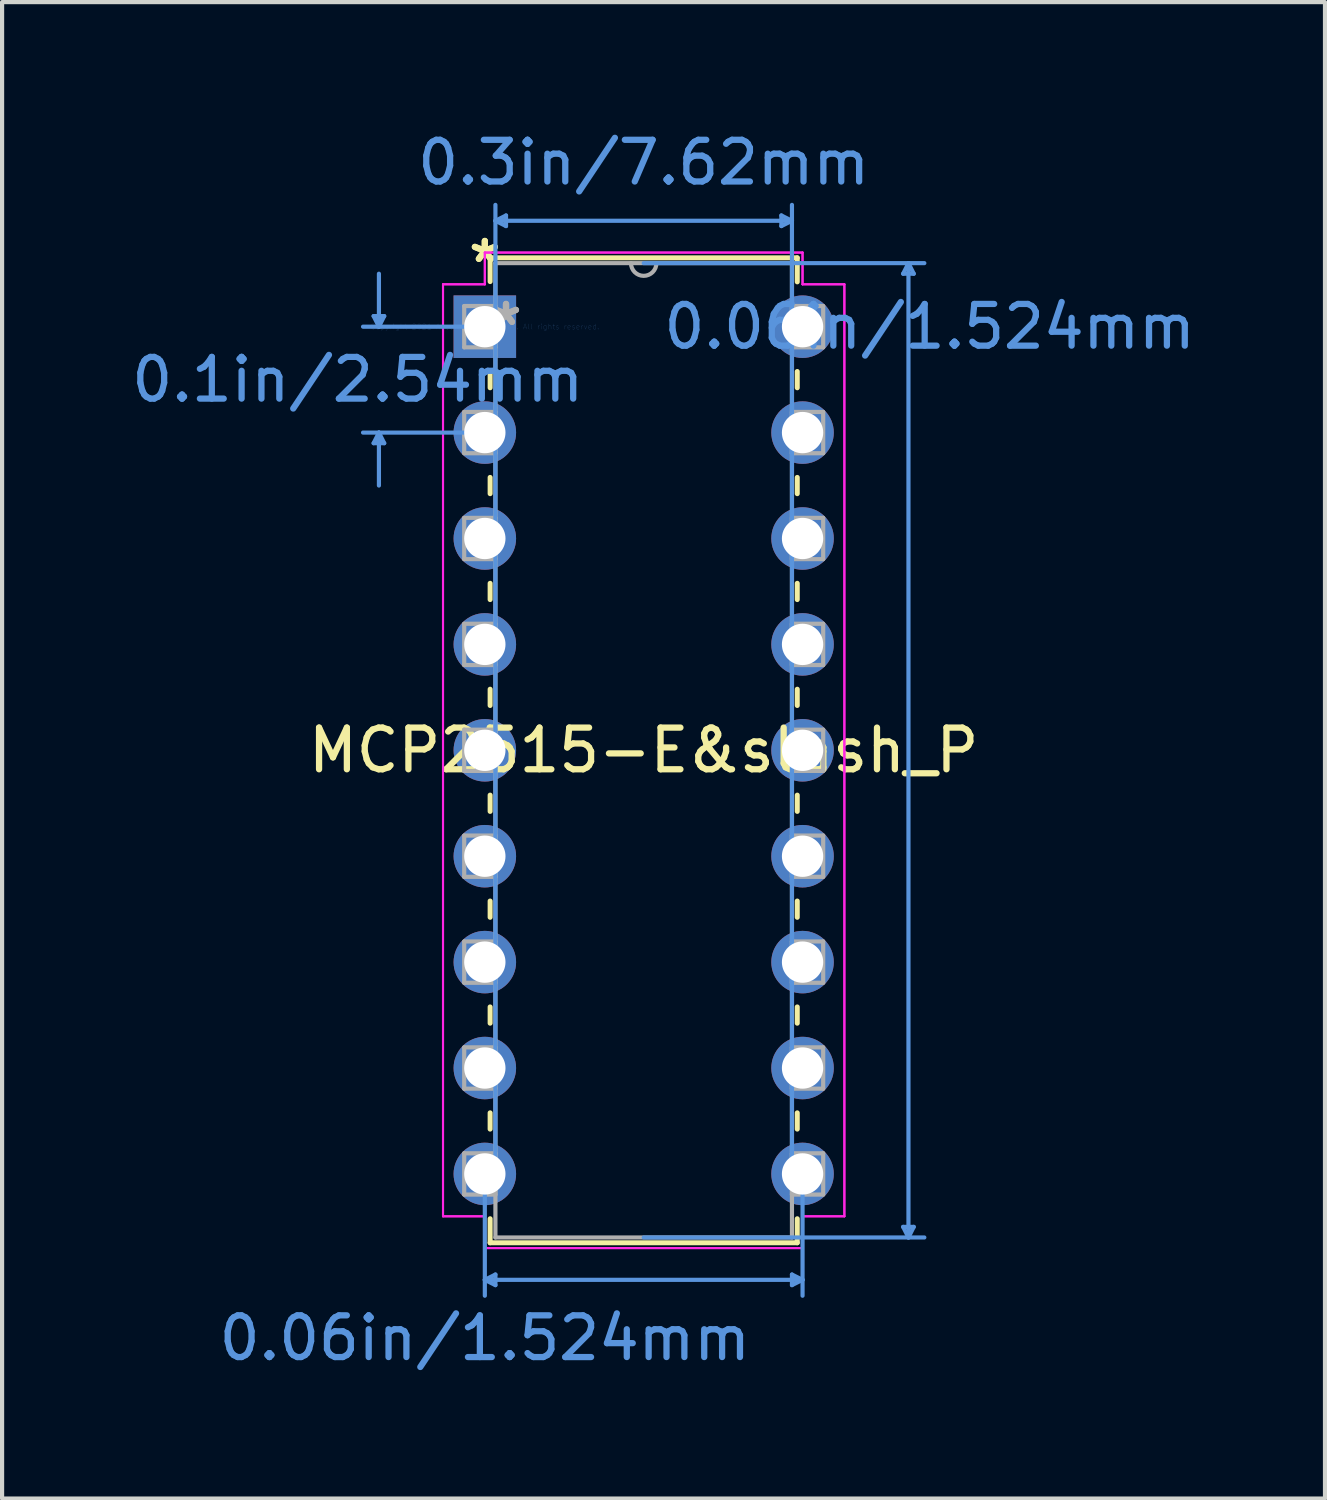
<source format=kicad_pcb>
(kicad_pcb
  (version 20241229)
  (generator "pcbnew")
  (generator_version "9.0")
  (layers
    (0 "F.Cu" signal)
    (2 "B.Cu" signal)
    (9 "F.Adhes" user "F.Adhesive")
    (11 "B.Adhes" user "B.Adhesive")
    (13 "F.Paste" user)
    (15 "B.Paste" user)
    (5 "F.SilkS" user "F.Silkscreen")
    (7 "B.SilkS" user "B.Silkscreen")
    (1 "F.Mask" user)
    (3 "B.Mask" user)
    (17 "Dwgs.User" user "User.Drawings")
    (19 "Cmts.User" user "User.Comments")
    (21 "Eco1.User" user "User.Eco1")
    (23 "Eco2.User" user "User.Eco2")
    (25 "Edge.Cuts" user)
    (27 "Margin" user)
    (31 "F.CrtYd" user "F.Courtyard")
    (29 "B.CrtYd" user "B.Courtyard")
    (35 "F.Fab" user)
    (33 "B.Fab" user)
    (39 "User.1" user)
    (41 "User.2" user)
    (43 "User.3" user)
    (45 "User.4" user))
  (footprint "MCP2515-E&slash_P"
    (layer "F.Cu")
    (at 8.578 4.785)
    (property "Reference" "MCP2515-E&slash_P" (at 3.81 10.16 0) (layer "F.SilkS") (effects (font (size 1 1) (thickness 0.15))))
    (attr through_hole)
    (fp_line (start 0.127 -1.651) (end 0.127 -1.082) (stroke (width 0.12) (type solid)) (layer "F.SilkS"))
    (fp_line (start 0.127 1.082) (end 0.127 1.465) (stroke (width 0.12) (type solid)) (layer "F.SilkS"))
    (fp_line (start 0.127 3.615) (end 0.127 4.005) (stroke (width 0.12) (type solid)) (layer "F.SilkS"))
    (fp_line (start 0.127 6.155) (end 0.127 6.545) (stroke (width 0.12) (type solid)) (layer "F.SilkS"))
    (fp_line (start 0.127 8.695) (end 0.127 9.085) (stroke (width 0.12) (type solid)) (layer "F.SilkS"))
    (fp_line (start 0.127 11.235) (end 0.127 11.625) (stroke (width 0.12) (type solid)) (layer "F.SilkS"))
    (fp_line (start 0.127 13.775) (end 0.127 14.165) (stroke (width 0.12) (type solid)) (layer "F.SilkS"))
    (fp_line (start 0.127 16.315) (end 0.127 16.705) (stroke (width 0.12) (type solid)) (layer "F.SilkS"))
    (fp_line (start 0.127 18.855) (end 0.127 19.245) (stroke (width 0.12) (type solid)) (layer "F.SilkS"))
    (fp_line (start 0.127 21.395) (end 0.127 21.971) (stroke (width 0.12) (type solid)) (layer "F.SilkS"))
    (fp_line (start 0.127 21.971) (end 7.493 21.971) (stroke (width 0.12) (type solid)) (layer "F.SilkS"))
    (fp_line (start 7.493 -1.651) (end 0.127 -1.651) (stroke (width 0.12) (type solid)) (layer "F.SilkS"))
    (fp_line (start 7.493 -1.075) (end 7.493 -1.651) (stroke (width 0.12) (type solid)) (layer "F.SilkS"))
    (fp_line (start 7.493 1.465) (end 7.493 1.075) (stroke (width 0.12) (type solid)) (layer "F.SilkS"))
    (fp_line (start 7.493 4.005) (end 7.493 3.615) (stroke (width 0.12) (type solid)) (layer "F.SilkS"))
    (fp_line (start 7.493 6.545) (end 7.493 6.155) (stroke (width 0.12) (type solid)) (layer "F.SilkS"))
    (fp_line (start 7.493 9.085) (end 7.493 8.695) (stroke (width 0.12) (type solid)) (layer "F.SilkS"))
    (fp_line (start 7.493 11.625) (end 7.493 11.235) (stroke (width 0.12) (type solid)) (layer "F.SilkS"))
    (fp_line (start 7.493 14.165) (end 7.493 13.775) (stroke (width 0.12) (type solid)) (layer "F.SilkS"))
    (fp_line (start 7.493 16.705) (end 7.493 16.315) (stroke (width 0.12) (type solid)) (layer "F.SilkS"))
    (fp_line (start 7.493 19.245) (end 7.493 18.855) (stroke (width 0.12) (type solid)) (layer "F.SilkS"))
    (fp_line (start 7.493 21.971) (end 7.493 21.395) (stroke (width 0.12) (type solid)) (layer "F.SilkS"))
    (fp_line (start -2.667 -0.254) (end -2.413 -0.254) (stroke (width 0.1) (type solid)) (layer "Cmts.User"))
    (fp_line (start -2.667 2.794) (end -2.413 2.794) (stroke (width 0.1) (type solid)) (layer "Cmts.User"))
    (fp_line (start -2.54 0) (end -2.667 -0.254) (stroke (width 0.1) (type solid)) (layer "Cmts.User"))
    (fp_line (start -2.54 0) (end -2.54 -1.27) (stroke (width 0.1) (type solid)) (layer "Cmts.User"))
    (fp_line (start -2.54 0) (end -2.413 -0.254) (stroke (width 0.1) (type solid)) (layer "Cmts.User"))
    (fp_line (start -2.54 2.54) (end -2.667 2.794) (stroke (width 0.1) (type solid)) (layer "Cmts.User"))
    (fp_line (start -2.54 2.54) (end -2.54 3.81) (stroke (width 0.1) (type solid)) (layer "Cmts.User"))
    (fp_line (start -2.54 2.54) (end -2.413 2.794) (stroke (width 0.1) (type solid)) (layer "Cmts.User"))
    (fp_line (start 0 0) (end -2.921 0) (stroke (width 0.1) (type solid)) (layer "Cmts.User"))
    (fp_line (start 0 2.54) (end -2.921 2.54) (stroke (width 0.1) (type solid)) (layer "Cmts.User"))
    (fp_line (start 0 20.32) (end 0 23.241) (stroke (width 0.1) (type solid)) (layer "Cmts.User"))
    (fp_line (start 0 22.86) (end 0.254 22.733) (stroke (width 0.1) (type solid)) (layer "Cmts.User"))
    (fp_line (start 0 22.86) (end 0.254 22.987) (stroke (width 0.1) (type solid)) (layer "Cmts.User"))
    (fp_line (start 0 22.86) (end 7.62 22.86) (stroke (width 0.1) (type solid)) (layer "Cmts.User"))
    (fp_line (start 0.254 -2.54) (end 0.508 -2.667) (stroke (width 0.1) (type solid)) (layer "Cmts.User"))
    (fp_line (start 0.254 -2.54) (end 0.508 -2.413) (stroke (width 0.1) (type solid)) (layer "Cmts.User"))
    (fp_line (start 0.254 -2.54) (end 7.366 -2.54) (stroke (width 0.1) (type solid)) (layer "Cmts.User"))
    (fp_line (start 0.254 20.32) (end 0.254 -2.921) (stroke (width 0.1) (type solid)) (layer "Cmts.User"))
    (fp_line (start 0.254 22.733) (end 0.254 22.987) (stroke (width 0.1) (type solid)) (layer "Cmts.User"))
    (fp_line (start 0.508 -2.667) (end 0.508 -2.413) (stroke (width 0.1) (type solid)) (layer "Cmts.User"))
    (fp_line (start 3.81 -1.524) (end 10.541 -1.524) (stroke (width 0.1) (type solid)) (layer "Cmts.User"))
    (fp_line (start 3.81 21.844) (end 10.541 21.844) (stroke (width 0.1) (type solid)) (layer "Cmts.User"))
    (fp_line (start 7.112 -2.667) (end 7.112 -2.413) (stroke (width 0.1) (type solid)) (layer "Cmts.User"))
    (fp_line (start 7.366 -2.54) (end 7.112 -2.667) (stroke (width 0.1) (type solid)) (layer "Cmts.User"))
    (fp_line (start 7.366 -2.54) (end 7.112 -2.413) (stroke (width 0.1) (type solid)) (layer "Cmts.User"))
    (fp_line (start 7.366 20.32) (end 7.366 -2.921) (stroke (width 0.1) (type solid)) (layer "Cmts.User"))
    (fp_line (start 7.366 22.733) (end 7.366 22.987) (stroke (width 0.1) (type solid)) (layer "Cmts.User"))
    (fp_line (start 7.62 20.32) (end 7.62 23.241) (stroke (width 0.1) (type solid)) (layer "Cmts.User"))
    (fp_line (start 7.62 22.86) (end 7.366 22.733) (stroke (width 0.1) (type solid)) (layer "Cmts.User"))
    (fp_line (start 7.62 22.86) (end 7.366 22.987) (stroke (width 0.1) (type solid)) (layer "Cmts.User"))
    (fp_line (start 10.033 -1.27) (end 10.287 -1.27) (stroke (width 0.1) (type solid)) (layer "Cmts.User"))
    (fp_line (start 10.033 21.59) (end 10.287 21.59) (stroke (width 0.1) (type solid)) (layer "Cmts.User"))
    (fp_line (start 10.16 -1.524) (end 10.033 -1.27) (stroke (width 0.1) (type solid)) (layer "Cmts.User"))
    (fp_line (start 10.16 -1.524) (end 10.16 21.844) (stroke (width 0.1) (type solid)) (layer "Cmts.User"))
    (fp_line (start 10.16 -1.524) (end 10.287 -1.27) (stroke (width 0.1) (type solid)) (layer "Cmts.User"))
    (fp_line (start 10.16 21.844) (end 10.033 21.59) (stroke (width 0.1) (type solid)) (layer "Cmts.User"))
    (fp_line (start 10.16 21.844) (end 10.287 21.59) (stroke (width 0.1) (type solid)) (layer "Cmts.User"))
    (fp_line (start -1.003 -1.016) (end -1.003 21.336) (stroke (width 0.05) (type solid)) (layer "F.CrtYd"))
    (fp_line (start -1.003 -1.016) (end 0 -1.016) (stroke (width 0.05) (type solid)) (layer "F.CrtYd"))
    (fp_line (start -1.003 21.336) (end -1.003 -1.016) (stroke (width 0.05) (type solid)) (layer "F.CrtYd"))
    (fp_line (start -1.003 21.336) (end 0 21.336) (stroke (width 0.05) (type solid)) (layer "F.CrtYd"))
    (fp_line (start 0 -1.778) (end 0 -1.016) (stroke (width 0.05) (type solid)) (layer "F.CrtYd"))
    (fp_line (start 0 -1.778) (end 7.62 -1.778) (stroke (width 0.05) (type solid)) (layer "F.CrtYd"))
    (fp_line (start 0 -1.016) (end -1.003 -1.016) (stroke (width 0.05) (type solid)) (layer "F.CrtYd"))
    (fp_line (start 0 -1.016) (end 0 -1.778) (stroke (width 0.05) (type solid)) (layer "F.CrtYd"))
    (fp_line (start 0 21.336) (end -1.003 21.336) (stroke (width 0.05) (type solid)) (layer "F.CrtYd"))
    (fp_line (start 0 21.336) (end 0 22.098) (stroke (width 0.05) (type solid)) (layer "F.CrtYd"))
    (fp_line (start 0 22.098) (end 0 21.336) (stroke (width 0.05) (type solid)) (layer "F.CrtYd"))
    (fp_line (start 0 22.098) (end 7.62 22.098) (stroke (width 0.05) (type solid)) (layer "F.CrtYd"))
    (fp_line (start 7.62 -1.778) (end 0 -1.778) (stroke (width 0.05) (type solid)) (layer "F.CrtYd"))
    (fp_line (start 7.62 -1.778) (end 7.62 -1.016) (stroke (width 0.05) (type solid)) (layer "F.CrtYd"))
    (fp_line (start 7.62 -1.016) (end 7.62 -1.778) (stroke (width 0.05) (type solid)) (layer "F.CrtYd"))
    (fp_line (start 7.62 21.336) (end 7.62 22.098) (stroke (width 0.05) (type solid)) (layer "F.CrtYd"))
    (fp_line (start 7.62 21.336) (end 8.623 21.336) (stroke (width 0.05) (type solid)) (layer "F.CrtYd"))
    (fp_line (start 7.62 22.098) (end 0 22.098) (stroke (width 0.05) (type solid)) (layer "F.CrtYd"))
    (fp_line (start 7.62 22.098) (end 7.62 21.336) (stroke (width 0.05) (type solid)) (layer "F.CrtYd"))
    (fp_line (start 8.623 -1.016) (end 7.62 -1.016) (stroke (width 0.05) (type solid)) (layer "F.CrtYd"))
    (fp_line (start 8.623 -1.016) (end 7.62 -1.016) (stroke (width 0.05) (type solid)) (layer "F.CrtYd"))
    (fp_line (start 8.623 -1.016) (end 8.623 21.336) (stroke (width 0.05) (type solid)) (layer "F.CrtYd"))
    (fp_line (start 8.623 21.336) (end 7.62 21.336) (stroke (width 0.05) (type solid)) (layer "F.CrtYd"))
    (fp_line (start 8.623 21.336) (end 8.623 -1.016) (stroke (width 0.05) (type solid)) (layer "F.CrtYd"))
    (fp_line (start -0.495 -0.495) (end -0.495 0.495) (stroke (width 0.1) (type solid)) (layer "F.Fab"))
    (fp_line (start -0.495 0.495) (end 0.254 0.495) (stroke (width 0.1) (type solid)) (layer "F.Fab"))
    (fp_line (start -0.495 2.045) (end -0.495 3.035) (stroke (width 0.1) (type solid)) (layer "F.Fab"))
    (fp_line (start -0.495 3.035) (end 0.254 3.035) (stroke (width 0.1) (type solid)) (layer "F.Fab"))
    (fp_line (start -0.495 4.585) (end -0.495 5.575) (stroke (width 0.1) (type solid)) (layer "F.Fab"))
    (fp_line (start -0.495 5.575) (end 0.254 5.575) (stroke (width 0.1) (type solid)) (layer "F.Fab"))
    (fp_line (start -0.495 7.125) (end -0.495 8.115) (stroke (width 0.1) (type solid)) (layer "F.Fab"))
    (fp_line (start -0.495 8.115) (end 0.254 8.115) (stroke (width 0.1) (type solid)) (layer "F.Fab"))
    (fp_line (start -0.495 9.665) (end -0.495 10.655) (stroke (width 0.1) (type solid)) (layer "F.Fab"))
    (fp_line (start -0.495 10.655) (end 0.254 10.655) (stroke (width 0.1) (type solid)) (layer "F.Fab"))
    (fp_line (start -0.495 12.205) (end -0.495 13.195) (stroke (width 0.1) (type solid)) (layer "F.Fab"))
    (fp_line (start -0.495 13.195) (end 0.254 13.195) (stroke (width 0.1) (type solid)) (layer "F.Fab"))
    (fp_line (start -0.495 14.745) (end -0.495 15.735) (stroke (width 0.1) (type solid)) (layer "F.Fab"))
    (fp_line (start -0.495 15.735) (end 0.254 15.735) (stroke (width 0.1) (type solid)) (layer "F.Fab"))
    (fp_line (start -0.495 17.285) (end -0.495 18.275) (stroke (width 0.1) (type solid)) (layer "F.Fab"))
    (fp_line (start -0.495 18.275) (end 0.254 18.275) (stroke (width 0.1) (type solid)) (layer "F.Fab"))
    (fp_line (start -0.495 19.825) (end -0.495 20.815) (stroke (width 0.1) (type solid)) (layer "F.Fab"))
    (fp_line (start -0.495 20.815) (end 0.254 20.815) (stroke (width 0.1) (type solid)) (layer "F.Fab"))
    (fp_line (start 0.254 -1.524) (end 0.254 21.844) (stroke (width 0.1) (type solid)) (layer "F.Fab"))
    (fp_line (start 0.254 -0.495) (end -0.495 -0.495) (stroke (width 0.1) (type solid)) (layer "F.Fab"))
    (fp_line (start 0.254 0.495) (end 0.254 -0.495) (stroke (width 0.1) (type solid)) (layer "F.Fab"))
    (fp_line (start 0.254 2.045) (end -0.495 2.045) (stroke (width 0.1) (type solid)) (layer "F.Fab"))
    (fp_line (start 0.254 3.035) (end 0.254 2.045) (stroke (width 0.1) (type solid)) (layer "F.Fab"))
    (fp_line (start 0.254 4.585) (end -0.495 4.585) (stroke (width 0.1) (type solid)) (layer "F.Fab"))
    (fp_line (start 0.254 5.575) (end 0.254 4.585) (stroke (width 0.1) (type solid)) (layer "F.Fab"))
    (fp_line (start 0.254 7.125) (end -0.495 7.125) (stroke (width 0.1) (type solid)) (layer "F.Fab"))
    (fp_line (start 0.254 8.115) (end 0.254 7.125) (stroke (width 0.1) (type solid)) (layer "F.Fab"))
    (fp_line (start 0.254 9.665) (end -0.495 9.665) (stroke (width 0.1) (type solid)) (layer "F.Fab"))
    (fp_line (start 0.254 10.655) (end 0.254 9.665) (stroke (width 0.1) (type solid)) (layer "F.Fab"))
    (fp_line (start 0.254 12.205) (end -0.495 12.205) (stroke (width 0.1) (type solid)) (layer "F.Fab"))
    (fp_line (start 0.254 13.195) (end 0.254 12.205) (stroke (width 0.1) (type solid)) (layer "F.Fab"))
    (fp_line (start 0.254 14.745) (end -0.495 14.745) (stroke (width 0.1) (type solid)) (layer "F.Fab"))
    (fp_line (start 0.254 15.735) (end 0.254 14.745) (stroke (width 0.1) (type solid)) (layer "F.Fab"))
    (fp_line (start 0.254 17.285) (end -0.495 17.285) (stroke (width 0.1) (type solid)) (layer "F.Fab"))
    (fp_line (start 0.254 18.275) (end 0.254 17.285) (stroke (width 0.1) (type solid)) (layer "F.Fab"))
    (fp_line (start 0.254 19.825) (end -0.495 19.825) (stroke (width 0.1) (type solid)) (layer "F.Fab"))
    (fp_line (start 0.254 20.815) (end 0.254 19.825) (stroke (width 0.1) (type solid)) (layer "F.Fab"))
    (fp_line (start 0.254 21.844) (end 7.366 21.844) (stroke (width 0.1) (type solid)) (layer "F.Fab"))
    (fp_line (start 7.366 -1.524) (end 0.254 -1.524) (stroke (width 0.1) (type solid)) (layer "F.Fab"))
    (fp_line (start 7.366 -0.495) (end 7.366 0.495) (stroke (width 0.1) (type solid)) (layer "F.Fab"))
    (fp_line (start 7.366 0.495) (end 8.115 0.495) (stroke (width 0.1) (type solid)) (layer "F.Fab"))
    (fp_line (start 7.366 2.045) (end 7.366 3.035) (stroke (width 0.1) (type solid)) (layer "F.Fab"))
    (fp_line (start 7.366 3.035) (end 8.115 3.035) (stroke (width 0.1) (type solid)) (layer "F.Fab"))
    (fp_line (start 7.366 4.585) (end 7.366 5.575) (stroke (width 0.1) (type solid)) (layer "F.Fab"))
    (fp_line (start 7.366 5.575) (end 8.115 5.575) (stroke (width 0.1) (type solid)) (layer "F.Fab"))
    (fp_line (start 7.366 7.125) (end 7.366 8.115) (stroke (width 0.1) (type solid)) (layer "F.Fab"))
    (fp_line (start 7.366 8.115) (end 8.115 8.115) (stroke (width 0.1) (type solid)) (layer "F.Fab"))
    (fp_line (start 7.366 9.665) (end 7.366 10.655) (stroke (width 0.1) (type solid)) (layer "F.Fab"))
    (fp_line (start 7.366 10.655) (end 8.115 10.655) (stroke (width 0.1) (type solid)) (layer "F.Fab"))
    (fp_line (start 7.366 12.205) (end 7.366 13.195) (stroke (width 0.1) (type solid)) (layer "F.Fab"))
    (fp_line (start 7.366 13.195) (end 8.115 13.195) (stroke (width 0.1) (type solid)) (layer "F.Fab"))
    (fp_line (start 7.366 14.745) (end 7.366 15.735) (stroke (width 0.1) (type solid)) (layer "F.Fab"))
    (fp_line (start 7.366 15.735) (end 8.115 15.735) (stroke (width 0.1) (type solid)) (layer "F.Fab"))
    (fp_line (start 7.366 17.285) (end 7.366 18.275) (stroke (width 0.1) (type solid)) (layer "F.Fab"))
    (fp_line (start 7.366 18.275) (end 8.115 18.275) (stroke (width 0.1) (type solid)) (layer "F.Fab"))
    (fp_line (start 7.366 19.825) (end 7.366 20.815) (stroke (width 0.1) (type solid)) (layer "F.Fab"))
    (fp_line (start 7.366 20.815) (end 8.115 20.815) (stroke (width 0.1) (type solid)) (layer "F.Fab"))
    (fp_line (start 7.366 21.844) (end 7.366 -1.524) (stroke (width 0.1) (type solid)) (layer "F.Fab"))
    (fp_line (start 8.115 -0.495) (end 7.366 -0.495) (stroke (width 0.1) (type solid)) (layer "F.Fab"))
    (fp_line (start 8.115 0.495) (end 8.115 -0.495) (stroke (width 0.1) (type solid)) (layer "F.Fab"))
    (fp_line (start 8.115 2.045) (end 7.366 2.045) (stroke (width 0.1) (type solid)) (layer "F.Fab"))
    (fp_line (start 8.115 3.035) (end 8.115 2.045) (stroke (width 0.1) (type solid)) (layer "F.Fab"))
    (fp_line (start 8.115 4.585) (end 7.366 4.585) (stroke (width 0.1) (type solid)) (layer "F.Fab"))
    (fp_line (start 8.115 5.575) (end 8.115 4.585) (stroke (width 0.1) (type solid)) (layer "F.Fab"))
    (fp_line (start 8.115 7.125) (end 7.366 7.125) (stroke (width 0.1) (type solid)) (layer "F.Fab"))
    (fp_line (start 8.115 8.115) (end 8.115 7.125) (stroke (width 0.1) (type solid)) (layer "F.Fab"))
    (fp_line (start 8.115 9.665) (end 7.366 9.665) (stroke (width 0.1) (type solid)) (layer "F.Fab"))
    (fp_line (start 8.115 10.655) (end 8.115 9.665) (stroke (width 0.1) (type solid)) (layer "F.Fab"))
    (fp_line (start 8.115 12.205) (end 7.366 12.205) (stroke (width 0.1) (type solid)) (layer "F.Fab"))
    (fp_line (start 8.115 13.195) (end 8.115 12.205) (stroke (width 0.1) (type solid)) (layer "F.Fab"))
    (fp_line (start 8.115 14.745) (end 7.366 14.745) (stroke (width 0.1) (type solid)) (layer "F.Fab"))
    (fp_line (start 8.115 15.735) (end 8.115 14.745) (stroke (width 0.1) (type solid)) (layer "F.Fab"))
    (fp_line (start 8.115 17.285) (end 7.366 17.285) (stroke (width 0.1) (type solid)) (layer "F.Fab"))
    (fp_line (start 8.115 18.275) (end 8.115 17.285) (stroke (width 0.1) (type solid)) (layer "F.Fab"))
    (fp_line (start 8.115 19.825) (end 7.366 19.825) (stroke (width 0.1) (type solid)) (layer "F.Fab"))
    (fp_line (start 8.115 20.815) (end 8.115 19.825) (stroke (width 0.1) (type solid)) (layer "F.Fab"))
    (fp_arc (start 4.1148 -1.524) (mid 3.81 -1.2192) (end 3.5052 -1.524) (stroke (width 0.1) (type solid)) (layer "F.Fab"))
    (fp_text user "*" (at 0 -1.511 0) (layer "F.SilkS") (effects (font (size 1 1) (thickness 0.15))))
    (fp_text user "*" (at 0 -1.511 0) (layer "F.SilkS") (effects (font (size 1 1) (thickness 0.15))))
    (fp_text user "0.06in/1.524mm" (at 0 24.257 0) (layer "Cmts.User") (effects (font (size 1 1) (thickness 0.15))))
    (fp_text user "Copyright 2021 Accelerated Designs. All rights reserved." (at 0 0 0) (layer "Cmts.User") (effects (font (size 0.127 0.127) (thickness 0.002))))
    (fp_text user "0.06in/1.524mm" (at 10.668 0 0) (layer "Cmts.User") (effects (font (size 1 1) (thickness 0.15))))
    (fp_text user "0.3in/7.62mm" (at 3.81 -3.937 0) (layer "Cmts.User") (effects (font (size 1 1) (thickness 0.15))))
    (fp_text user "0.1in/2.54mm" (at -3.048 1.27 0) (layer "Cmts.User") (effects (font (size 1 1) (thickness 0.15))))
    (fp_text user "*" (at 0.508 0 0) (layer "F.Fab") (effects (font (size 1 1) (thickness 0.15))))
    (fp_text user "*" (at 0.508 0 0) (layer "F.Fab") (effects (font (size 1 1) (thickness 0.15))))
    (pad "1" thru_hole rect (at 0 0) (size 1.499 1.499) (drill 0.991) (layers "*.Cu" "*.Mask"))
    (pad "2" thru_hole circle (at 0 2.54) (size 1.499 1.499) (drill 0.991) (layers "*.Cu" "*.Mask"))
    (pad "3" thru_hole circle (at 0 5.08) (size 1.499 1.499) (drill 0.991) (layers "*.Cu" "*.Mask"))
    (pad "4" thru_hole circle (at 0 7.62) (size 1.499 1.499) (drill 0.991) (layers "*.Cu" "*.Mask"))
    (pad "5" thru_hole circle (at 0 10.16) (size 1.499 1.499) (drill 0.991) (layers "*.Cu" "*.Mask"))
    (pad "6" thru_hole circle (at 0 12.7) (size 1.499 1.499) (drill 0.991) (layers "*.Cu" "*.Mask"))
    (pad "7" thru_hole circle (at 0 15.24) (size 1.499 1.499) (drill 0.991) (layers "*.Cu" "*.Mask"))
    (pad "8" thru_hole circle (at 0 17.78) (size 1.499 1.499) (drill 0.991) (layers "*.Cu" "*.Mask"))
    (pad "9" thru_hole circle (at 0 20.32) (size 1.499 1.499) (drill 0.991) (layers "*.Cu" "*.Mask"))
    (pad "10" thru_hole circle (at 7.62 20.32) (size 1.499 1.499) (drill 0.991) (layers "*.Cu" "*.Mask"))
    (pad "11" thru_hole circle (at 7.62 17.78) (size 1.499 1.499) (drill 0.991) (layers "*.Cu" "*.Mask"))
    (pad "12" thru_hole circle (at 7.62 15.24) (size 1.499 1.499) (drill 0.991) (layers "*.Cu" "*.Mask"))
    (pad "13" thru_hole circle (at 7.62 12.7) (size 1.499 1.499) (drill 0.991) (layers "*.Cu" "*.Mask"))
    (pad "14" thru_hole circle (at 7.62 10.16) (size 1.499 1.499) (drill 0.991) (layers "*.Cu" "*.Mask"))
    (pad "15" thru_hole circle (at 7.62 7.62) (size 1.499 1.499) (drill 0.991) (layers "*.Cu" "*.Mask"))
    (pad "16" thru_hole circle (at 7.62 5.08) (size 1.499 1.499) (drill 0.991) (layers "*.Cu" "*.Mask"))
    (pad "17" thru_hole circle (at 7.62 2.54) (size 1.499 1.499) (drill 0.991) (layers "*.Cu" "*.Mask"))
    (pad "18" thru_hole circle (at 7.62 0) (size 1.499 1.499) (drill 0.991) (layers "*.Cu" "*.Mask")))
  (gr_rect
    (start -3 -3)
    (end 28.728 32.891)
    (stroke (width 0.1) (type default))
    (fill no)
    (layer "Edge.Cuts")))
</source>
